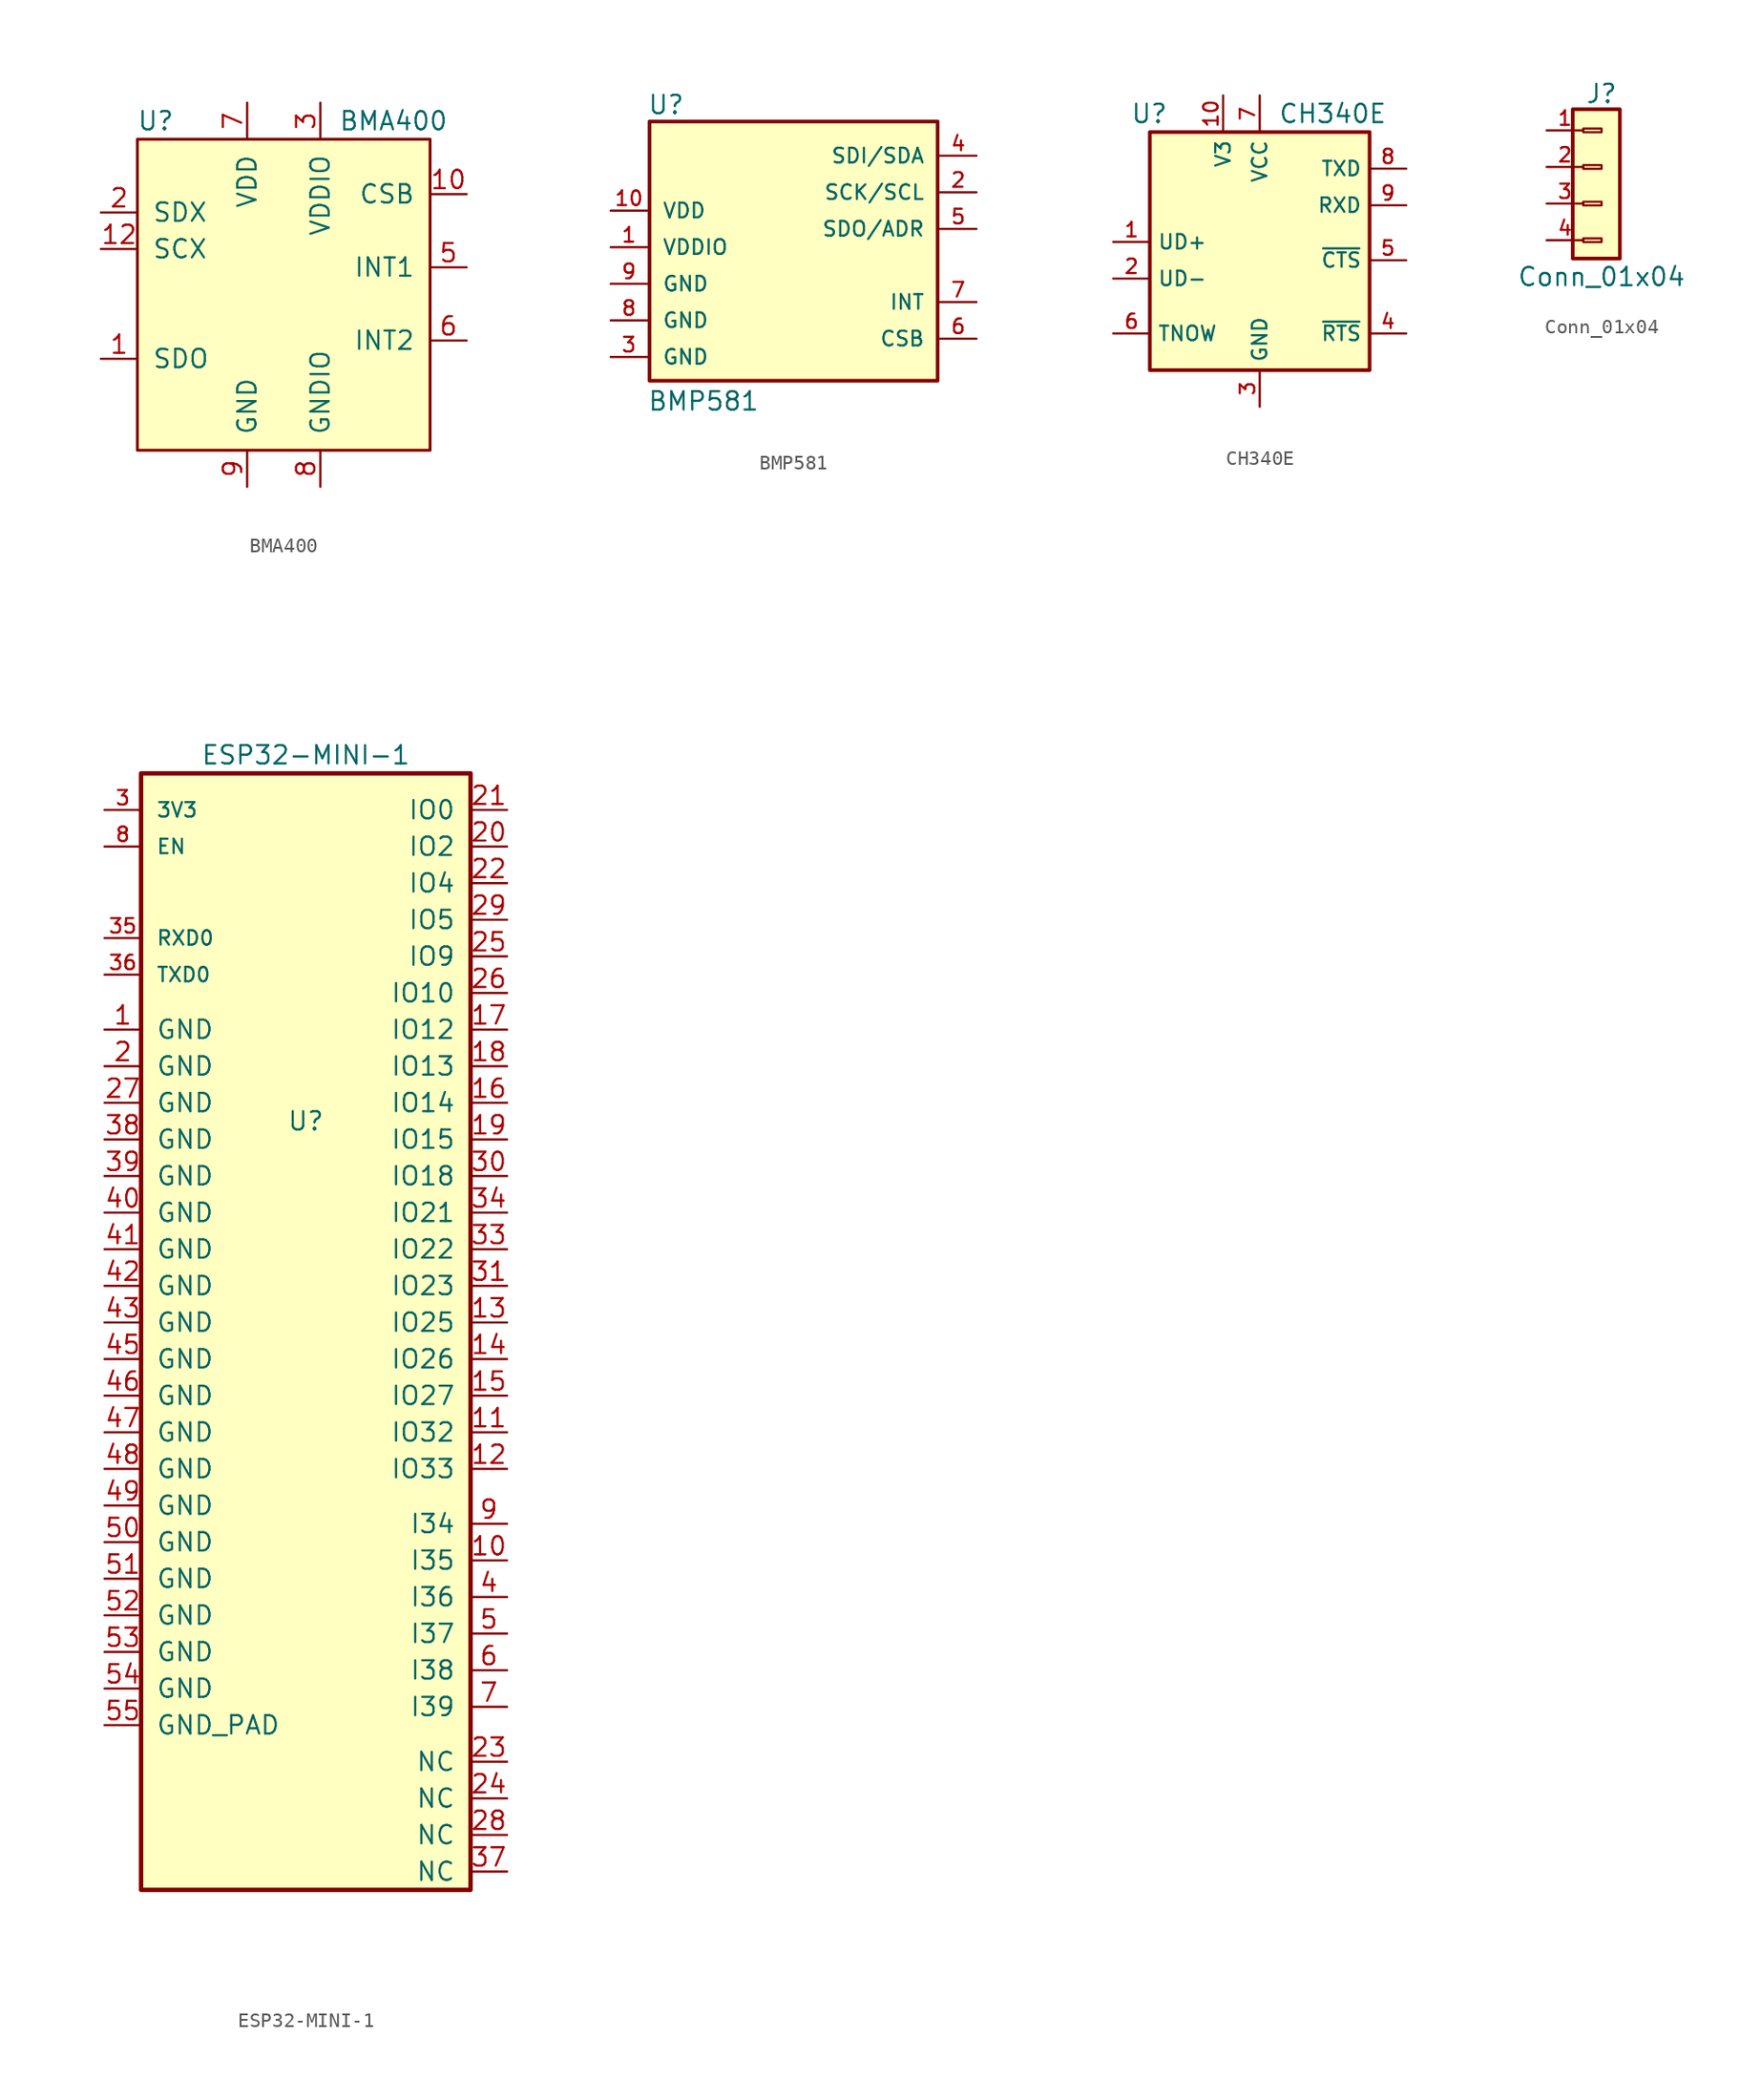
<source format=kicad_sym>
(kicad_symbol_lib
  (version 20220914)
  (generator kicad_symbol_editor)
  (symbol "BMA400"
    (pin_names
      (offset 1.016))
    (property "Reference" "U"
      (at -8.89 12.7 0)
      (effects (font (size 1.27 1.27))))
    (property "Value" "BMA400"
      (at 7.62 12.7 0)
      (effects (font (size 1.27 1.27))))
    (symbol "BMA400_0_0"
      (pin bidirectional line (at -12.7 -3.81 0) (length 2.54) (name "SDO" (effects (font (size 1.27 1.27)))) (number "1" (effects (font (size 1.27 1.27)))))
      (pin input line (at 12.7 7.62 180) (length 2.54) (name "CSB" (effects (font (size 1.27 1.27)))) (number "10" (effects (font (size 1.27 1.27)))))
      (pin no_connect line (at 13 -5 180) (length 2.54) hide (name "NC" (effects (font (size 1.27 1.27)))) (number "11" (effects (font (size 1.27 1.27)))))
      (pin input line (at -12.7 3.81 0) (length 2.54) (name "SCX" (effects (font (size 1.27 1.27)))) (number "12" (effects (font (size 1.27 1.27)))))
      (pin bidirectional line (at -12.7 6.35 0) (length 2.54) (name "SDX" (effects (font (size 1.27 1.27)))) (number "2" (effects (font (size 1.27 1.27)))))
      (pin power_in line (at 2.54 13.97 270) (length 2.54) (name "VDDIO" (effects (font (size 1.27 1.27)))) (number "3" (effects (font (size 1.27 1.27)))))
      (pin no_connect line (at 13 -7 180) (length 2.54) hide (name "NC" (effects (font (size 1.27 1.27)))) (number "4" (effects (font (size 1.27 1.27)))))
      (pin output line (at 12.7 2.54 180) (length 2.54) (name "INT1" (effects (font (size 1.27 1.27)))) (number "5" (effects (font (size 1.27 1.27)))))
      (pin output line (at 12.7 -2.54 180) (length 2.54) (name "INT2" (effects (font (size 1.27 1.27)))) (number "6" (effects (font (size 1.27 1.27)))))
      (pin power_in line (at -2.54 13.97 270) (length 2.54) (name "VDD" (effects (font (size 1.27 1.27)))) (number "7" (effects (font (size 1.27 1.27)))))
      (pin power_in line (at 2.54 -12.7 90) (length 2.54) (name "GNDIO" (effects (font (size 1.27 1.27)))) (number "8" (effects (font (size 1.27 1.27)))))
      (pin power_in line (at -2.54 -12.7 90) (length 2.54) (name "GND" (effects (font (size 1.27 1.27)))) (number "9" (effects (font (size 1.27 1.27))))))
    (symbol "BMA400_0_1"
      (rectangle (start -10.16 11.43) (end 10.16 -10.16) (stroke (width 0.203) (type default)) (fill (type background)))))
  (symbol "BMP581"
    (pin_names
      (offset 1.016))
    (property "Reference" "U"
      (at -10.16 10.414 0)
      (effects (font (size 1.27 1.27)) (justify left bottom)))
    (property "Value" "BMP581"
      (at -10.16 -10.16 0)
      (effects (font (size 1.27 1.27)) (justify left bottom)))
    (symbol "BMP581_0_0"
      (rectangle (start -10 10) (end 10 -8) (stroke (width 0.254) (type default)) (fill (type background)))
      (pin power_in line (at -12.7 1.27 0) (length 2.54) (name "VDDIO" (effects (font (size 1.016 1.016)))) (number "1" (effects (font (size 1.016 1.016)))))
      (pin power_in line (at -12.7 3.81 0) (length 2.54) (name "VDD" (effects (font (size 1.016 1.016)))) (number "10" (effects (font (size 1.016 1.016)))))
      (pin bidirectional line (at 12.7 5.08 180) (length 2.54) (name "SCK/SCL" (effects (font (size 1.016 1.016)))) (number "2" (effects (font (size 1.016 1.016)))))
      (pin power_in line (at -12.7 -6.35 0) (length 2.54) (name "GND" (effects (font (size 1.016 1.016)))) (number "3" (effects (font (size 1.016 1.016)))))
      (pin bidirectional line (at 12.7 7.62 180) (length 2.54) (name "SDI/SDA" (effects (font (size 1.016 1.016)))) (number "4" (effects (font (size 1.016 1.016)))))
      (pin bidirectional line (at 12.7 2.54 180) (length 2.54) (name "SDO/ADR" (effects (font (size 1.016 1.016)))) (number "5" (effects (font (size 1.016 1.016)))))
      (pin input line (at 12.7 -5.08 180) (length 2.54) (name "CSB" (effects (font (size 1.016 1.016)))) (number "6" (effects (font (size 1.016 1.016)))))
      (pin output line (at 12.7 -2.54 180) (length 2.54) (name "INT" (effects (font (size 1.016 1.016)))) (number "7" (effects (font (size 1.016 1.016)))))
      (pin power_in line (at -12.7 -3.81 0) (length 2.54) (name "GND" (effects (font (size 1.016 1.016)))) (number "8" (effects (font (size 1.016 1.016)))))
      (pin power_in line (at -12.7 -1.27 0) (length 2.54) (name "GND" (effects (font (size 1.016 1.016)))) (number "9" (effects (font (size 1.016 1.016)))))))
  (symbol "CH340E"
    (property "Reference" "U"
      (at -6.35 13.97 0)
      (effects (font (size 1.27 1.27)) (justify right)))
    (property "Value" "CH340E"
      (at 1.27 13.97 0)
      (effects (font (size 1.27 1.27)) (justify left)))
    (symbol "CH340E_0_1"
      (rectangle (start -7.62 12.7) (end 7.62 -3.81) (stroke (width 0.254) (type default)) (fill (type background))))
    (symbol "CH340E_1_1"
      (pin bidirectional line (at -10.16 5.08 0) (length 2.54) (name "UD+" (effects (font (size 1 1)))) (number "1" (effects (font (size 1 1)))))
      (pin passive line (at -2.54 15.24 270) (length 2.54) (name "V3" (effects (font (size 1 1)))) (number "10" (effects (font (size 1 1)))))
      (pin bidirectional line (at -10.16 2.54 0) (length 2.54) (name "UD-" (effects (font (size 1 1)))) (number "2" (effects (font (size 1 1)))))
      (pin power_in line (at 0 -6.35 90) (length 2.54) (name "GND" (effects (font (size 1 1)))) (number "3" (effects (font (size 1 1)))))
      (pin output line (at 10.16 -1.27 180) (length 2.54) (name "~{RTS}" (effects (font (size 1 1)))) (number "4" (effects (font (size 1 1)))))
      (pin input line (at 10.16 3.81 180) (length 2.54) (name "~{CTS}" (effects (font (size 1 1)))) (number "5" (effects (font (size 1 1)))))
      (pin output line (at -10.16 -1.27 0) (length 2.54) (name "TNOW" (effects (font (size 1 1)))) (number "6" (effects (font (size 1 1)))))
      (pin power_in line (at 0 15.24 270) (length 2.54) (name "VCC" (effects (font (size 1 1)))) (number "7" (effects (font (size 1 1)))))
      (pin output line (at 10.16 10.16 180) (length 2.54) (name "TXD" (effects (font (size 1 1)))) (number "8" (effects (font (size 1 1)))))
      (pin input line (at 10.16 7.62 180) (length 2.54) (name "RXD" (effects (font (size 1 1)))) (number "9" (effects (font (size 1 1)))))))
  (symbol "Conn_01x04"
    (pin_names
      (offset 1.016) hide)
    (property "Reference" "J"
      (at 0 5.08 0)
      (effects (font (size 1.27 1.27))))
    (property "Value" "Conn_01x04"
      (at 0 -7.62 0)
      (effects (font (size 1.27 1.27))))
    (symbol "Conn_01x04_1_1"
      (rectangle (start -2 4) (end 1.27 -6.35) (stroke (width 0.254) (type default)) (fill (type background)))
      (rectangle (start -1.27 -4.953) (end 0 -5.207) (stroke (width 0.152) (type default)) (fill (type none)))
      (rectangle (start -1.27 -2.413) (end 0 -2.667) (stroke (width 0.152) (type default)) (fill (type none)))
      (rectangle (start -1.27 0.127) (end 0 -0.127) (stroke (width 0.152) (type default)) (fill (type none)))
      (rectangle (start -1.27 2.667) (end 0 2.413) (stroke (width 0.152) (type default)) (fill (type none)))
      (pin passive line (at -3.81 2.54 0) (length 2.54) (name "Pin_1" (effects (font (size 1 1)))) (number "1" (effects (font (size 1 1)))))
      (pin passive line (at -3.81 0 0) (length 2.54) (name "Pin_2" (effects (font (size 1 1)))) (number "2" (effects (font (size 1 1)))))
      (pin passive line (at -3.81 -2.54 0) (length 2.54) (name "Pin_3" (effects (font (size 1 1)))) (number "3" (effects (font (size 1 1)))))
      (pin passive line (at -3.81 -5.08 0) (length 2.54) (name "Pin_4" (effects (font (size 1 1)))) (number "4" (effects (font (size 1 1)))))))
  (symbol "ESP32-MINI-1"
    (pin_names
      (offset 1.016))
    (property "Reference" "U"
      (at 0 -3.81 0)
      (effects (font (size 1.27 1.27))))
    (property "Value" "ESP32-MINI-1"
      (at 0 21.59 0)
      (effects (font (size 1.27 1.27))))
    (symbol "ESP32-MINI-1_0_0"
      (text "" (at -14 -16.46 0) (effects (font (size 1.27 1.27))))
      (text "" (at 13 -40 0) (effects (font (size 1.27 1.27))))
      (text "" (at 14 -56.16 0) (effects (font (size 1.27 1.27))))
      (text "" (at 14 -51.16 0) (effects (font (size 1.27 1.27))))
      (pin power_in line (at -13.97 -7.62 0) (length 2.54) (name "GND" (effects (font (size 1.27 1.27)))) (number "39" (effects (font (size 1.27 1.27)))))
      (pin bidirectional line (at 13.97 -36.83 180) (length 2.54) (name "I36" (effects (font (size 1.27 1.27)))) (number "4" (effects (font (size 1.27 1.27)))))
      (pin power_in line (at -13.97 -10.16 0) (length 2.54) (name "GND" (effects (font (size 1.27 1.27)))) (number "40" (effects (font (size 1.27 1.27)))))
      (pin power_in line (at -13.97 -12.7 0) (length 2.54) (name "GND" (effects (font (size 1.27 1.27)))) (number "41" (effects (font (size 1.27 1.27)))))
      (pin power_in line (at -13.97 -15.24 0) (length 2.54) (name "GND" (effects (font (size 1.27 1.27)))) (number "42" (effects (font (size 1.27 1.27)))))
      (pin power_in line (at -13.97 -17.78 0) (length 2.54) (name "GND" (effects (font (size 1.27 1.27)))) (number "43" (effects (font (size 1.27 1.27)))))
      (pin power_in line (at -13.97 -20.32 0) (length 2.54) (name "GND" (effects (font (size 1.27 1.27)))) (number "45" (effects (font (size 1.27 1.27)))))
      (pin power_in line (at -13.97 -22.86 0) (length 2.54) (name "GND" (effects (font (size 1.27 1.27)))) (number "46" (effects (font (size 1.27 1.27)))))
      (pin power_in line (at -13.97 -25.4 0) (length 2.54) (name "GND" (effects (font (size 1.27 1.27)))) (number "47" (effects (font (size 1.27 1.27)))))
      (pin power_in line (at -13.97 -27.94 0) (length 2.54) (name "GND" (effects (font (size 1.27 1.27)))) (number "48" (effects (font (size 1.27 1.27)))))
      (pin power_in line (at -13.97 -30.48 0) (length 2.54) (name "GND" (effects (font (size 1.27 1.27)))) (number "49" (effects (font (size 1.27 1.27)))))
      (pin power_in line (at -13.97 -33.02 0) (length 2.54) (name "GND" (effects (font (size 1.27 1.27)))) (number "50" (effects (font (size 1.27 1.27)))))
      (pin power_in line (at -13.97 -35.56 0) (length 2.54) (name "GND" (effects (font (size 1.27 1.27)))) (number "51" (effects (font (size 1.27 1.27)))))
      (pin power_in line (at -13.97 -38.1 0) (length 2.54) (name "GND" (effects (font (size 1.27 1.27)))) (number "52" (effects (font (size 1.27 1.27)))))
      (pin power_in line (at -13.97 -40.64 0) (length 2.54) (name "GND" (effects (font (size 1.27 1.27)))) (number "53" (effects (font (size 1.27 1.27)))))
      (pin power_in line (at -13.97 -43.18 0) (length 2.54) (name "GND" (effects (font (size 1.27 1.27)))) (number "54" (effects (font (size 1.27 1.27)))))
      (pin power_in line (at -13.97 -45.72 0) (length 2.54) (name "GND_PAD" (effects (font (size 1.27 1.27)))) (number "55" (effects (font (size 1.27 1.27))))))
    (symbol "ESP32-MINI-1_0_1"
      (rectangle (start -11.43 20.32) (end 11.43 -57.15) (stroke (width 0.305) (type default)) (fill (type background))))
    (symbol "ESP32-MINI-1_1_1"
      (pin power_in line (at -13.97 2.54 0) (length 2.54) (name "GND" (effects (font (size 1.27 1.27)))) (number "1" (effects (font (size 1.27 1.27)))))
      (pin bidirectional line (at 13.97 -34.29 180) (length 2.54) (name "I35" (effects (font (size 1.27 1.27)))) (number "10" (effects (font (size 1.27 1.27)))))
      (pin bidirectional line (at 13.97 -25.4 180) (length 2.54) (name "IO32" (effects (font (size 1.27 1.27)))) (number "11" (effects (font (size 1.27 1.27)))))
      (pin bidirectional line (at 13.97 -27.94 180) (length 2.54) (name "IO33" (effects (font (size 1.27 1.27)))) (number "12" (effects (font (size 1.27 1.27)))))
      (pin bidirectional line (at 13.97 -17.78 180) (length 2.54) (name "IO25" (effects (font (size 1.27 1.27)))) (number "13" (effects (font (size 1.27 1.27)))))
      (pin bidirectional line (at 13.97 -20.32 180) (length 2.54) (name "IO26" (effects (font (size 1.27 1.27)))) (number "14" (effects (font (size 1.27 1.27)))))
      (pin bidirectional line (at 13.97 -22.86 180) (length 2.54) (name "IO27" (effects (font (size 1.27 1.27)))) (number "15" (effects (font (size 1.27 1.27)))))
      (pin bidirectional line (at 13.97 -2.54 180) (length 2.54) (name "IO14" (effects (font (size 1.27 1.27)))) (number "16" (effects (font (size 1.27 1.27)))))
      (pin bidirectional line (at 13.97 2.54 180) (length 2.54) (name "IO12" (effects (font (size 1.27 1.27)))) (number "17" (effects (font (size 1.27 1.27)))))
      (pin bidirectional line (at 13.97 0 180) (length 2.54) (name "IO13" (effects (font (size 1.27 1.27)))) (number "18" (effects (font (size 1.27 1.27)))))
      (pin bidirectional line (at 13.97 -5.08 180) (length 2.54) (name "IO15" (effects (font (size 1.27 1.27)))) (number "19" (effects (font (size 1.27 1.27)))))
      (pin power_in line (at -13.97 0 0) (length 2.54) (name "GND" (effects (font (size 1.27 1.27)))) (number "2" (effects (font (size 1.27 1.27)))))
      (pin bidirectional line (at 13.97 15.24 180) (length 2.54) (name "IO2" (effects (font (size 1.27 1.27)))) (number "20" (effects (font (size 1.27 1.27)))))
      (pin bidirectional line (at 13.97 17.78 180) (length 2.54) (name "IO0" (effects (font (size 1.27 1.27)))) (number "21" (effects (font (size 1.27 1.27)))))
      (pin bidirectional line (at 13.97 12.7 180) (length 2.54) (name "IO4" (effects (font (size 1.27 1.27)))) (number "22" (effects (font (size 1.27 1.27)))))
      (pin bidirectional line (at 13.97 -48.26 180) (length 2.54) (name "NC" (effects (font (size 1.27 1.27)))) (number "23" (effects (font (size 1.27 1.27)))))
      (pin bidirectional line (at 13.97 -50.8 180) (length 2.54) (name "NC" (effects (font (size 1.27 1.27)))) (number "24" (effects (font (size 1.27 1.27)))))
      (pin bidirectional line (at 13.97 7.62 180) (length 2.54) (name "IO9" (effects (font (size 1.27 1.27)))) (number "25" (effects (font (size 1.27 1.27)))))
      (pin bidirectional line (at 13.97 5.08 180) (length 2.54) (name "IO10" (effects (font (size 1.27 1.27)))) (number "26" (effects (font (size 1.27 1.27)))))
      (pin bidirectional line (at -13.97 -2.54 0) (length 2.54) (name "GND" (effects (font (size 1.27 1.27)))) (number "27" (effects (font (size 1.27 1.27)))))
      (pin bidirectional line (at 13.97 -53.34 180) (length 2.54) (name "NC" (effects (font (size 1.27 1.27)))) (number "28" (effects (font (size 1.27 1.27)))))
      (pin bidirectional line (at 13.97 10.16 180) (length 2.54) (name "IO5" (effects (font (size 1.27 1.27)))) (number "29" (effects (font (size 1.27 1.27)))))
      (pin power_in line (at -13.97 17.78 0) (length 2.54) (name "3V3" (effects (font (size 1 1)))) (number "3" (effects (font (size 1 1)))))
      (pin bidirectional line (at 13.97 -7.62 180) (length 2.54) (name "IO18" (effects (font (size 1.27 1.27)))) (number "30" (effects (font (size 1.27 1.27)))))
      (pin bidirectional line (at 13.97 -15.24 180) (length 2.54) (name "IO23" (effects (font (size 1.27 1.27)))) (number "31" (effects (font (size 1.27 1.27)))))
      (pin bidirectional line (at 13.97 -12.7 180) (length 2.54) (name "IO22" (effects (font (size 1.27 1.27)))) (number "33" (effects (font (size 1.27 1.27)))))
      (pin bidirectional line (at 13.97 -10.16 180) (length 2.54) (name "IO21" (effects (font (size 1.27 1.27)))) (number "34" (effects (font (size 1.27 1.27)))))
      (pin bidirectional line (at -13.97 8.89 0) (length 2.54) (name "RXD0" (effects (font (size 1 1)))) (number "35" (effects (font (size 1 1)))))
      (pin bidirectional line (at -13.97 6.35 0) (length 2.54) (name "TXD0" (effects (font (size 1 1)))) (number "36" (effects (font (size 1 1)))))
      (pin bidirectional line (at 13.97 -55.88 180) (length 2.54) (name "NC" (effects (font (size 1.27 1.27)))) (number "37" (effects (font (size 1.27 1.27)))))
      (pin power_in line (at -13.97 -5.08 0) (length 2.54) (name "GND" (effects (font (size 1.27 1.27)))) (number "38" (effects (font (size 1.27 1.27)))))
      (pin bidirectional line (at 13.97 -39.37 180) (length 2.54) (name "I37" (effects (font (size 1.27 1.27)))) (number "5" (effects (font (size 1.27 1.27)))))
      (pin bidirectional line (at 13.97 -41.91 180) (length 2.54) (name "I38" (effects (font (size 1.27 1.27)))) (number "6" (effects (font (size 1.27 1.27)))))
      (pin bidirectional line (at 13.97 -44.45 180) (length 2.54) (name "I39" (effects (font (size 1.27 1.27)))) (number "7" (effects (font (size 1.27 1.27)))))
      (pin input line (at -13.97 15.24 0) (length 2.54) (name "EN" (effects (font (size 1 1)))) (number "8" (effects (font (size 1 1)))))
      (pin bidirectional line (at 13.97 -31.75 180) (length 2.54) (name "I34" (effects (font (size 1.27 1.27)))) (number "9" (effects (font (size 1.27 1.27))))))))
</source>
